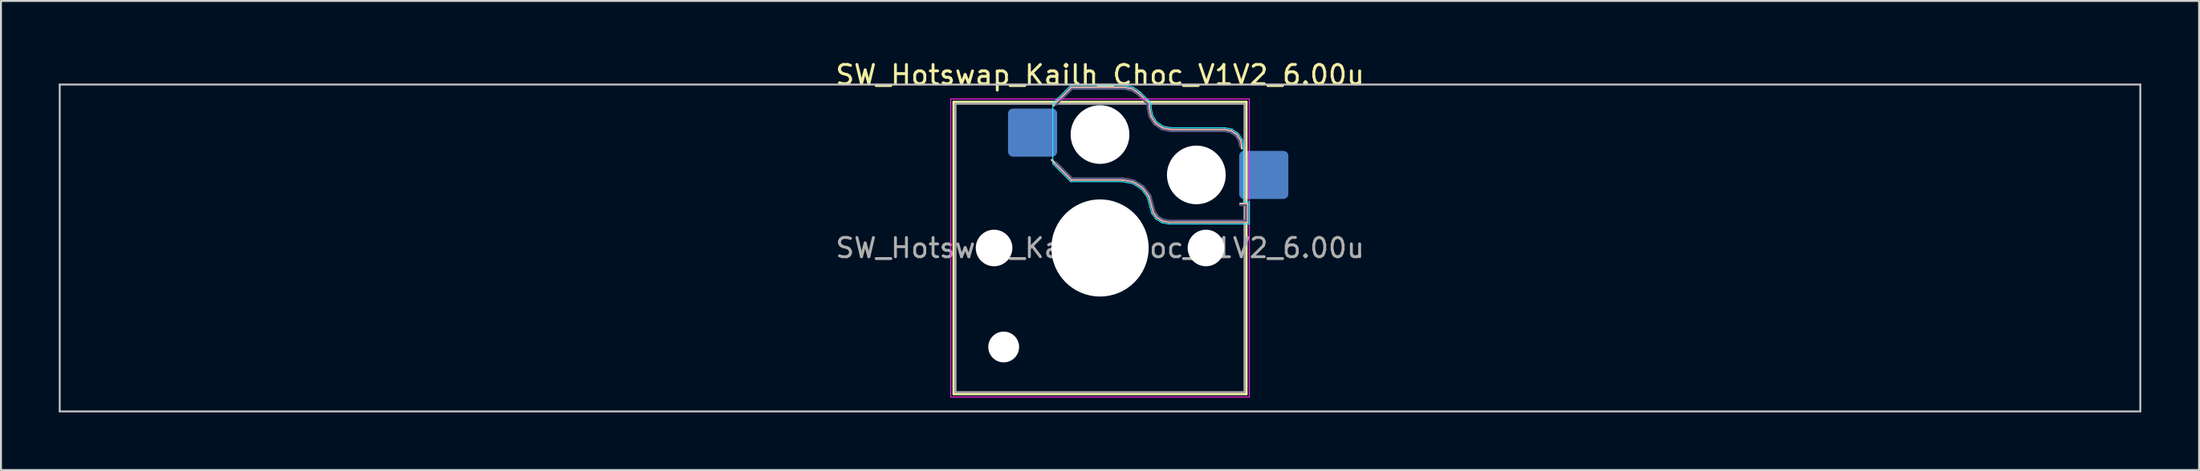
<source format=kicad_pcb>
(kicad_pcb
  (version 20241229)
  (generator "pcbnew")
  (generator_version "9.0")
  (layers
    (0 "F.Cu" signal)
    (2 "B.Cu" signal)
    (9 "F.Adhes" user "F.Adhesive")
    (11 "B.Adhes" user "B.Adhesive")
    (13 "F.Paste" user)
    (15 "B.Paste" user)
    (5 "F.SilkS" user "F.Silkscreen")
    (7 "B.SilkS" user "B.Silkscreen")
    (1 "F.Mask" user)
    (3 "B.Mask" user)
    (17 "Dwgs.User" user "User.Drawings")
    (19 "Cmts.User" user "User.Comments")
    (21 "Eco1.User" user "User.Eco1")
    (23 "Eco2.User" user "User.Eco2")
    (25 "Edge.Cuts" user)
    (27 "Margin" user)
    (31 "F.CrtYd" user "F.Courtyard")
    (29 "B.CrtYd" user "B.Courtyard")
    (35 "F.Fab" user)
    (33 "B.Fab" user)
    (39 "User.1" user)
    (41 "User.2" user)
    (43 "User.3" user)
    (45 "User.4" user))
  (footprint "SW_Hotswap_Kailh_Choc_V1V2_6.00u"
    (layer "F.Cu")
    (at 54.05 9.848)
    (property "Reference" "SW_Hotswap_Kailh_Choc_V1V2_6.00u" (at 0 -9 0) (layer "F.SilkS") (effects (font (size 1 1) (thickness 0.15))))
    (attr smd)
    (fp_line (start -7.6 -7.6) (end -7.6 7.6) (stroke (width 0.12) (type solid)) (layer "F.SilkS"))
    (fp_line (start -7.6 7.6) (end 7.6 7.6) (stroke (width 0.12) (type solid)) (layer "F.SilkS"))
    (fp_line (start 7.6 -7.6) (end -7.6 -7.6) (stroke (width 0.12) (type solid)) (layer "F.SilkS"))
    (fp_line (start 7.6 7.6) (end 7.6 -7.6) (stroke (width 0.12) (type solid)) (layer "F.SilkS"))
    (fp_line (start -2.416 -7.409) (end -1.479 -8.346) (stroke (width 0.12) (type solid)) (layer "B.SilkS"))
    (fp_line (start -1.479 -8.346) (end 1.268 -8.346) (stroke (width 0.12) (type solid)) (layer "B.SilkS"))
    (fp_line (start -1.479 -3.554) (end -2.5 -4.575) (stroke (width 0.12) (type solid)) (layer "B.SilkS"))
    (fp_line (start 1.168 -3.554) (end -1.479 -3.554) (stroke (width 0.12) (type solid)) (layer "B.SilkS"))
    (fp_line (start 1.268 -8.346) (end 1.671 -8.266) (stroke (width 0.12) (type solid)) (layer "B.SilkS"))
    (fp_line (start 1.671 -8.266) (end 2.013 -8.037) (stroke (width 0.12) (type solid)) (layer "B.SilkS"))
    (fp_line (start 1.73 -3.449) (end 1.168 -3.554) (stroke (width 0.12) (type solid)) (layer "B.SilkS"))
    (fp_line (start 2.013 -8.037) (end 2.546 -7.504) (stroke (width 0.12) (type solid)) (layer "B.SilkS"))
    (fp_line (start 2.209 -3.15) (end 1.73 -3.449) (stroke (width 0.12) (type solid)) (layer "B.SilkS"))
    (fp_line (start 2.546 -7.504) (end 2.546 -7.282) (stroke (width 0.12) (type solid)) (layer "B.SilkS"))
    (fp_line (start 2.546 -7.282) (end 2.633 -6.844) (stroke (width 0.12) (type solid)) (layer "B.SilkS"))
    (fp_line (start 2.547 -2.697) (end 2.209 -3.15) (stroke (width 0.12) (type solid)) (layer "B.SilkS"))
    (fp_line (start 2.633 -6.844) (end 2.877 -6.477) (stroke (width 0.12) (type solid)) (layer "B.SilkS"))
    (fp_line (start 2.701 -2.139) (end 2.547 -2.697) (stroke (width 0.12) (type solid)) (layer "B.SilkS"))
    (fp_line (start 2.783 -1.841) (end 2.701 -2.139) (stroke (width 0.12) (type solid)) (layer "B.SilkS"))
    (fp_line (start 2.877 -6.477) (end 3.244 -6.233) (stroke (width 0.12) (type solid)) (layer "B.SilkS"))
    (fp_line (start 2.976 -1.583) (end 2.783 -1.841) (stroke (width 0.12) (type solid)) (layer "B.SilkS"))
    (fp_line (start 3.244 -6.233) (end 3.682 -6.146) (stroke (width 0.12) (type solid)) (layer "B.SilkS"))
    (fp_line (start 3.25 -1.413) (end 2.976 -1.583) (stroke (width 0.12) (type solid)) (layer "B.SilkS"))
    (fp_line (start 3.56 -1.354) (end 3.25 -1.413) (stroke (width 0.12) (type solid)) (layer "B.SilkS"))
    (fp_line (start 3.682 -6.146) (end 6.482 -6.146) (stroke (width 0.12) (type solid)) (layer "B.SilkS"))
    (fp_line (start 6.482 -6.146) (end 6.809 -6.081) (stroke (width 0.12) (type solid)) (layer "B.SilkS"))
    (fp_line (start 6.809 -6.081) (end 7.092 -5.892) (stroke (width 0.12) (type solid)) (layer "B.SilkS"))
    (fp_line (start 7.092 -5.892) (end 7.281 -5.609) (stroke (width 0.12) (type solid)) (layer "B.SilkS"))
    (fp_line (start 7.281 -5.609) (end 7.366 -5.182) (stroke (width 0.12) (type solid)) (layer "B.SilkS"))
    (fp_line (start 7.283 -2.296) (end 7.646 -2.296) (stroke (width 0.12) (type solid)) (layer "B.SilkS"))
    (fp_line (start 7.646 -2.296) (end 7.646 -1.354) (stroke (width 0.12) (type solid)) (layer "B.SilkS"))
    (fp_line (start 7.646 -1.354) (end 3.56 -1.354) (stroke (width 0.12) (type solid)) (layer "B.SilkS"))
    (fp_line (start -54 -8.5) (end -54 8.5) (stroke (width 0.1) (type solid)) (layer "Dwgs.User"))
    (fp_line (start -54 8.5) (end 54 8.5) (stroke (width 0.1) (type solid)) (layer "Dwgs.User"))
    (fp_line (start 54 -8.5) (end -54 -8.5) (stroke (width 0.1) (type solid)) (layer "Dwgs.User"))
    (fp_line (start 54 8.5) (end 54 -8.5) (stroke (width 0.1) (type solid)) (layer "Dwgs.User"))
    (fp_line (start -7.25 -7.25) (end -7.25 7.25) (stroke (width 0.1) (type solid)) (layer "Eco1.User"))
    (fp_line (start -7.25 7.25) (end 7.25 7.25) (stroke (width 0.1) (type solid)) (layer "Eco1.User"))
    (fp_line (start 7.25 -7.25) (end -7.25 -7.25) (stroke (width 0.1) (type solid)) (layer "Eco1.User"))
    (fp_line (start 7.25 7.25) (end 7.25 -7.25) (stroke (width 0.1) (type solid)) (layer "Eco1.User"))
    (fp_line (start -2.452 -7.523) (end -1.523 -8.452) (stroke (width 0.05) (type solid)) (layer "B.CrtYd"))
    (fp_line (start -2.452 -4.377) (end -2.452 -7.523) (stroke (width 0.05) (type solid)) (layer "B.CrtYd"))
    (fp_line (start -1.523 -8.452) (end 1.278 -8.452) (stroke (width 0.05) (type solid)) (layer "B.CrtYd"))
    (fp_line (start -1.523 -3.448) (end -2.452 -4.377) (stroke (width 0.05) (type solid)) (layer "B.CrtYd"))
    (fp_line (start 1.159 -3.448) (end -1.523 -3.448) (stroke (width 0.05) (type solid)) (layer "B.CrtYd"))
    (fp_line (start 1.278 -8.452) (end 1.712 -8.366) (stroke (width 0.05) (type solid)) (layer "B.CrtYd"))
    (fp_line (start 1.691 -3.348) (end 1.159 -3.448) (stroke (width 0.05) (type solid)) (layer "B.CrtYd"))
    (fp_line (start 1.712 -8.366) (end 2.081 -8.119) (stroke (width 0.05) (type solid)) (layer "B.CrtYd"))
    (fp_line (start 2.081 -8.119) (end 2.652 -7.548) (stroke (width 0.05) (type solid)) (layer "B.CrtYd"))
    (fp_line (start 2.136 -3.071) (end 1.691 -3.348) (stroke (width 0.05) (type solid)) (layer "B.CrtYd"))
    (fp_line (start 2.45 -2.65) (end 2.136 -3.071) (stroke (width 0.05) (type solid)) (layer "B.CrtYd"))
    (fp_line (start 2.599 -2.111) (end 2.45 -2.65) (stroke (width 0.05) (type solid)) (layer "B.CrtYd"))
    (fp_line (start 2.652 -7.548) (end 2.652 -7.292) (stroke (width 0.05) (type solid)) (layer "B.CrtYd"))
    (fp_line (start 2.652 -7.292) (end 2.733 -6.885) (stroke (width 0.05) (type solid)) (layer "B.CrtYd"))
    (fp_line (start 2.687 -1.794) (end 2.599 -2.111) (stroke (width 0.05) (type solid)) (layer "B.CrtYd"))
    (fp_line (start 2.733 -6.885) (end 2.953 -6.553) (stroke (width 0.05) (type solid)) (layer "B.CrtYd"))
    (fp_line (start 2.903 -1.503) (end 2.687 -1.794) (stroke (width 0.05) (type solid)) (layer "B.CrtYd"))
    (fp_line (start 2.953 -6.553) (end 3.285 -6.333) (stroke (width 0.05) (type solid)) (layer "B.CrtYd"))
    (fp_line (start 3.211 -1.312) (end 2.903 -1.503) (stroke (width 0.05) (type solid)) (layer "B.CrtYd"))
    (fp_line (start 3.285 -6.333) (end 3.692 -6.252) (stroke (width 0.05) (type solid)) (layer "B.CrtYd"))
    (fp_line (start 3.55 -1.248) (end 3.211 -1.312) (stroke (width 0.05) (type solid)) (layer "B.CrtYd"))
    (fp_line (start 3.692 -6.252) (end 6.492 -6.252) (stroke (width 0.05) (type solid)) (layer "B.CrtYd"))
    (fp_line (start 6.492 -6.252) (end 6.85 -6.181) (stroke (width 0.05) (type solid)) (layer "B.CrtYd"))
    (fp_line (start 6.85 -6.181) (end 7.168 -5.968) (stroke (width 0.05) (type solid)) (layer "B.CrtYd"))
    (fp_line (start 7.168 -5.968) (end 7.381 -5.65) (stroke (width 0.05) (type solid)) (layer "B.CrtYd"))
    (fp_line (start 7.381 -5.65) (end 7.452 -5.292) (stroke (width 0.05) (type solid)) (layer "B.CrtYd"))
    (fp_line (start 7.452 -5.292) (end 7.452 -2.402) (stroke (width 0.05) (type solid)) (layer "B.CrtYd"))
    (fp_line (start 7.452 -2.402) (end 7.752 -2.402) (stroke (width 0.05) (type solid)) (layer "B.CrtYd"))
    (fp_line (start 7.752 -2.402) (end 7.752 -1.248) (stroke (width 0.05) (type solid)) (layer "B.CrtYd"))
    (fp_line (start 7.752 -1.248) (end 3.55 -1.248) (stroke (width 0.05) (type solid)) (layer "B.CrtYd"))
    (fp_line (start -7.75 -7.75) (end -7.75 7.75) (stroke (width 0.05) (type solid)) (layer "F.CrtYd"))
    (fp_line (start -7.75 7.75) (end 7.75 7.75) (stroke (width 0.05) (type solid)) (layer "F.CrtYd"))
    (fp_line (start 7.75 -7.75) (end -7.75 -7.75) (stroke (width 0.05) (type solid)) (layer "F.CrtYd"))
    (fp_line (start 7.75 7.75) (end 7.75 -7.75) (stroke (width 0.05) (type solid)) (layer "F.CrtYd"))
    (fp_line (start -2.275 -7.45) (end -1.45 -8.275) (stroke (width 0.1) (type solid)) (layer "B.Fab"))
    (fp_line (start -1.45 -8.275) (end 1.261 -8.275) (stroke (width 0.1) (type solid)) (layer "B.Fab"))
    (fp_line (start -1.45 -3.625) (end -2.275 -4.45) (stroke (width 0.1) (type solid)) (layer "B.Fab"))
    (fp_line (start 1.175 -3.625) (end -1.45 -3.625) (stroke (width 0.1) (type solid)) (layer "B.Fab"))
    (fp_line (start 1.261 -8.275) (end 1.643 -8.199) (stroke (width 0.1) (type solid)) (layer "B.Fab"))
    (fp_line (start 1.643 -8.199) (end 1.968 -7.982) (stroke (width 0.1) (type solid)) (layer "B.Fab"))
    (fp_line (start 1.756 -3.516) (end 1.175 -3.625) (stroke (width 0.1) (type solid)) (layer "B.Fab"))
    (fp_line (start 1.968 -7.982) (end 2.475 -7.475) (stroke (width 0.1) (type solid)) (layer "B.Fab"))
    (fp_line (start 2.258 -3.203) (end 1.756 -3.516) (stroke (width 0.1) (type solid)) (layer "B.Fab"))
    (fp_line (start 2.475 -7.475) (end 2.475 -7.275) (stroke (width 0.1) (type solid)) (layer "B.Fab"))
    (fp_line (start 2.475 -7.275) (end 2.566 -6.816) (stroke (width 0.1) (type solid)) (layer "B.Fab"))
    (fp_line (start 2.566 -6.816) (end 2.826 -6.426) (stroke (width 0.1) (type solid)) (layer "B.Fab"))
    (fp_line (start 2.612 -2.729) (end 2.258 -3.203) (stroke (width 0.1) (type solid)) (layer "B.Fab"))
    (fp_line (start 2.769 -2.158) (end 2.612 -2.729) (stroke (width 0.1) (type solid)) (layer "B.Fab"))
    (fp_line (start 2.826 -6.426) (end 3.216 -6.166) (stroke (width 0.1) (type solid)) (layer "B.Fab"))
    (fp_line (start 2.848 -1.873) (end 2.769 -2.158) (stroke (width 0.1) (type solid)) (layer "B.Fab"))
    (fp_line (start 3.025 -1.636) (end 2.848 -1.873) (stroke (width 0.1) (type solid)) (layer "B.Fab"))
    (fp_line (start 3.216 -6.166) (end 3.675 -6.075) (stroke (width 0.1) (type solid)) (layer "B.Fab"))
    (fp_line (start 3.276 -1.48) (end 3.025 -1.636) (stroke (width 0.1) (type solid)) (layer "B.Fab"))
    (fp_line (start 3.567 -1.425) (end 3.276 -1.48) (stroke (width 0.1) (type solid)) (layer "B.Fab"))
    (fp_line (start 3.675 -6.075) (end 6.475 -6.075) (stroke (width 0.1) (type solid)) (layer "B.Fab"))
    (fp_line (start 6.475 -6.075) (end 6.781 -6.014) (stroke (width 0.1) (type solid)) (layer "B.Fab"))
    (fp_line (start 6.781 -6.014) (end 7.041 -5.841) (stroke (width 0.1) (type solid)) (layer "B.Fab"))
    (fp_line (start 7.041 -5.841) (end 7.214 -5.581) (stroke (width 0.1) (type solid)) (layer "B.Fab"))
    (fp_line (start 7.214 -5.581) (end 7.275 -5.275) (stroke (width 0.1) (type solid)) (layer "B.Fab"))
    (fp_line (start 7.275 -2.225) (end 7.575 -2.225) (stroke (width 0.1) (type solid)) (layer "B.Fab"))
    (fp_line (start 7.575 -2.225) (end 7.575 -1.425) (stroke (width 0.1) (type solid)) (layer "B.Fab"))
    (fp_line (start 7.575 -1.425) (end 3.567 -1.425) (stroke (width 0.1) (type solid)) (layer "B.Fab"))
    (fp_line (start -7.5 -7.5) (end -7.5 7.5) (stroke (width 0.1) (type solid)) (layer "F.Fab"))
    (fp_line (start -7.5 7.5) (end 7.5 7.5) (stroke (width 0.1) (type solid)) (layer "F.Fab"))
    (fp_line (start 7.5 -7.5) (end -7.5 -7.5) (stroke (width 0.1) (type solid)) (layer "F.Fab"))
    (fp_line (start 7.5 7.5) (end 7.5 -7.5) (stroke (width 0.1) (type solid)) (layer "F.Fab"))
    (fp_text user "${REFERENCE}" (at 0 0 0) (layer "F.Fab") (effects (font (size 1 1) (thickness 0.15))))
    (pad "" np_thru_hole circle (at -5.5 0) (size 1.9 1.9) (drill 1.9) (layers "*.Cu" "*.Mask"))
    (pad "" np_thru_hole circle (at -5 5.15) (size 1.6 1.6) (drill 1.6) (layers "*.Cu" "*.Mask"))
    (pad "" np_thru_hole circle (at 0 -5.9) (size 3.05 3.05) (drill 3.05) (layers "*.Cu" "*.Mask"))
    (pad "" np_thru_hole circle (at 0 0) (size 5.05 5.05) (drill 5.05) (layers "*.Cu" "*.Mask"))
    (pad "" np_thru_hole circle (at 5 -3.8) (size 3.05 3.05) (drill 3.05) (layers "*.Cu" "*.Mask"))
    (pad "" np_thru_hole circle (at 5.5 0) (size 1.9 1.9) (drill 1.9) (layers "*.Cu" "*.Mask"))
    (pad "1" smd roundrect (at -3.5 -6) (size 2.55 2.5) (layers "B.Cu" "B.Mask" "B.Paste") (roundrect_rratio 0.1))
    (pad "2" smd roundrect (at 8.5 -3.8) (size 2.55 2.5) (layers "B.Cu" "B.Mask" "B.Paste") (roundrect_rratio 0.1)))
  (gr_rect
    (start -3 -3)
    (end 111.1 21.398)
    (stroke (width 0.1) (type default))
    (fill no)
    (layer "Edge.Cuts")))
</source>
